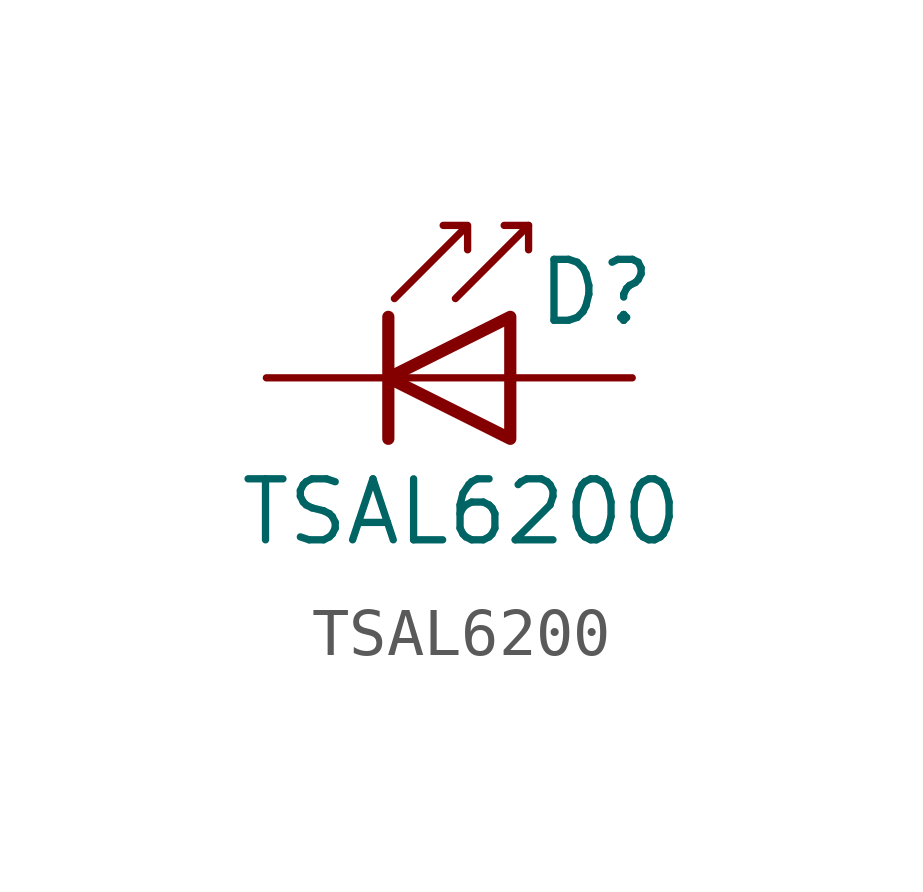
<source format=kicad_sym>
(kicad_symbol_lib
  (version 20241209)
  (generator "kicad_symbol_editor")
  (generator_version "9.0")
  (symbol "TSAL6200"
    (pin_numbers
      (hide yes))
    (pin_names
      (offset 1.016)
      (hide yes))
    (property "Reference" "D"
      (at 0.508 1.778 0)
      (effects (font (size 1.27 1.27)) (justify left)))
    (property "Value" "TSAL6200"
      (at -1.016 -2.794 0)
      (effects (font (size 1.27 1.27))))
    (symbol "TSAL6200_0_1"
      (polyline (pts (xy -2.54 1.27) (xy -2.54 -1.27)) (stroke (width 0.254) (type default)) (fill (type none)))
      (polyline (pts (xy -2.413 1.651) (xy -0.889 3.175) (xy -0.889 2.667) (xy -0.889 3.175) (xy -1.397 3.175)) (stroke (width 0) (type default)) (fill (type none)))
      (polyline (pts (xy -1.143 1.651) (xy 0.381 3.175) (xy 0.381 2.667)) (stroke (width 0) (type default)) (fill (type none)))
      (polyline (pts (xy 0 1.27) (xy -2.54 0) (xy 0 -1.27) (xy 0 1.27)) (stroke (width 0.254) (type default)) (fill (type none)))
      (polyline (pts (xy 0 0) (xy -2.54 0)) (stroke (width 0) (type default)) (fill (type none)))
      (polyline (pts (xy 0.381 3.175) (xy -0.127 3.175)) (stroke (width 0) (type default)) (fill (type none))))
    (symbol "TSAL6200_1_1"
      (pin passive line (at -5.08 0 0) (length 2.54) (name "K" (effects (font (size 1.27 1.27)))) (number "1" (effects (font (size 1.27 1.27)))))
      (pin passive line (at 2.54 0 180) (length 2.54) (name "A" (effects (font (size 1.27 1.27)))) (number "2" (effects (font (size 1.27 1.27))))))))
</source>
